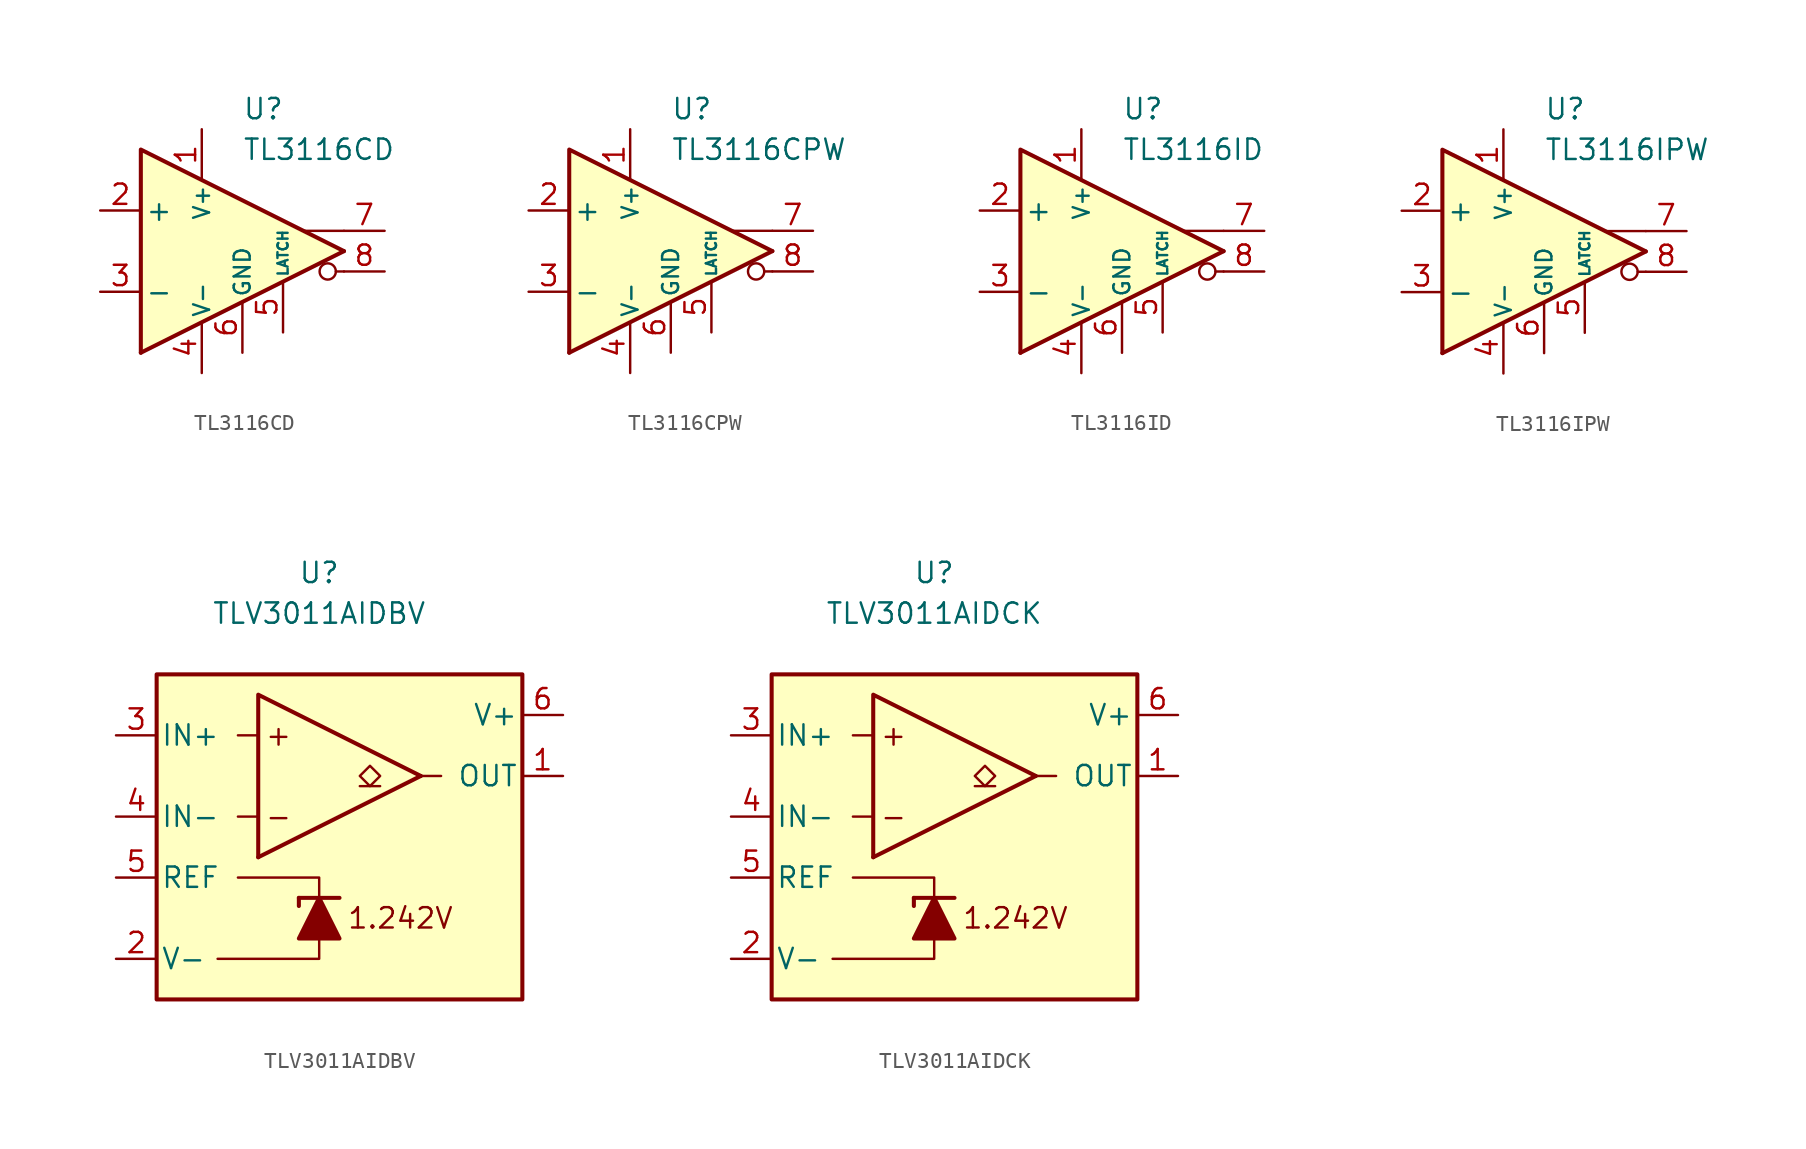
<source format=kicad_sym>
(kicad_symbol_lib
  (version 20231120)
  (generator "kicad_symbol_editor")
  (generator_version "8.0")
  (symbol "TL3116CD"
    (pin_names
      (offset 0.254))
    (property "Reference" "U"
      (at 0 8.89 0)
      (effects (font (size 1.27 1.27)) (justify left)))
    (property "Value" "TL3116CD"
      (at 0 6.35 0)
      (effects (font (size 1.27 1.27)) (justify left)))
    (symbol "TL3116CD_0_0"
      (polyline (pts (xy 6.35 -1.27) (xy 5.842 -1.27)) (stroke (width 0.152) (type default)) (fill (type none)))
      (polyline (pts (xy 6.35 0) (xy -6.35 -6.35)) (stroke (width 0.254) (type default)) (fill (type none)))
      (polyline (pts (xy 6.35 1.27) (xy 3.81 1.27)) (stroke (width 0.152) (type default)) (fill (type none)))
      (polyline (pts (xy 6.35 0) (xy -6.35 6.35) (xy -6.35 -6.35)) (stroke (width 0.254) (type default)) (fill (type background)))
      (circle (center 5.334 -1.27) (radius 0.508) (stroke (width 0.152) (type default)) (fill (type none))))
    (symbol "TL3116CD_1_1"
      (pin power_in line (at -2.54 7.62 270) (length 3.18) (name "V+" (effects (font (size 1 1)))) (number "1" (effects (font (size 1.27 1.27)))))
      (pin input line (at -8.89 2.54 0) (length 2.54) (name "+" (effects (font (size 1.27 1.27)))) (number "2" (effects (font (size 1.27 1.27)))))
      (pin input line (at -8.89 -2.54 0) (length 2.54) (name "-" (effects (font (size 1.27 1.27)))) (number "3" (effects (font (size 1.27 1.27)))))
      (pin power_in line (at -2.54 -7.62 90) (length 3.18) (name "V-" (effects (font (size 1 1)))) (number "4" (effects (font (size 1.27 1.27)))))
      (pin input line (at 2.54 -5.08 90) (length 3.18) (name "LATCH" (effects (font (size 0.635 0.635)))) (number "5" (effects (font (size 1.27 1.27)))))
      (pin power_in line (at 0 -6.35 90) (length 3.18) (name "GND" (effects (font (size 1 1)))) (number "6" (effects (font (size 1.27 1.27)))))
      (pin output line (at 8.89 1.27 180) (length 2.54) (name "~" (effects (font (size 1.27 1.27)))) (number "7" (effects (font (size 1.27 1.27)))))
      (pin output line (at 8.89 -1.27 180) (length 2.54) (name "~" (effects (font (size 1.27 1.27)))) (number "8" (effects (font (size 1.27 1.27)))))))
  (symbol "TL3116CPW"
    (pin_names
      (offset 0.254))
    (property "Reference" "U"
      (at 0 8.89 0)
      (effects (font (size 1.27 1.27)) (justify left)))
    (property "Value" "TL3116CPW"
      (at 0 6.35 0)
      (effects (font (size 1.27 1.27)) (justify left)))
    (symbol "TL3116CPW_0_0"
      (polyline (pts (xy 6.35 -1.27) (xy 5.842 -1.27)) (stroke (width 0.152) (type default)) (fill (type none)))
      (polyline (pts (xy 6.35 0) (xy -6.35 -6.35)) (stroke (width 0.254) (type default)) (fill (type none)))
      (polyline (pts (xy 6.35 1.27) (xy 3.81 1.27)) (stroke (width 0.152) (type default)) (fill (type none)))
      (polyline (pts (xy 6.35 0) (xy -6.35 6.35) (xy -6.35 -6.35)) (stroke (width 0.254) (type default)) (fill (type background)))
      (circle (center 5.334 -1.27) (radius 0.508) (stroke (width 0.152) (type default)) (fill (type none))))
    (symbol "TL3116CPW_1_1"
      (pin power_in line (at -2.54 7.62 270) (length 3.18) (name "V+" (effects (font (size 1 1)))) (number "1" (effects (font (size 1.27 1.27)))))
      (pin input line (at -8.89 2.54 0) (length 2.54) (name "+" (effects (font (size 1.27 1.27)))) (number "2" (effects (font (size 1.27 1.27)))))
      (pin input line (at -8.89 -2.54 0) (length 2.54) (name "-" (effects (font (size 1.27 1.27)))) (number "3" (effects (font (size 1.27 1.27)))))
      (pin power_in line (at -2.54 -7.62 90) (length 3.18) (name "V-" (effects (font (size 1 1)))) (number "4" (effects (font (size 1.27 1.27)))))
      (pin input line (at 2.54 -5.08 90) (length 3.18) (name "LATCH" (effects (font (size 0.635 0.635)))) (number "5" (effects (font (size 1.27 1.27)))))
      (pin power_in line (at 0 -6.35 90) (length 3.18) (name "GND" (effects (font (size 1 1)))) (number "6" (effects (font (size 1.27 1.27)))))
      (pin output line (at 8.89 1.27 180) (length 2.54) (name "~" (effects (font (size 1.27 1.27)))) (number "7" (effects (font (size 1.27 1.27)))))
      (pin output line (at 8.89 -1.27 180) (length 2.54) (name "~" (effects (font (size 1.27 1.27)))) (number "8" (effects (font (size 1.27 1.27)))))))
  (symbol "TL3116ID"
    (pin_names
      (offset 0.254))
    (property "Reference" "U"
      (at 0 8.89 0)
      (effects (font (size 1.27 1.27)) (justify left)))
    (property "Value" "TL3116ID"
      (at 0 6.35 0)
      (effects (font (size 1.27 1.27)) (justify left)))
    (symbol "TL3116ID_0_0"
      (polyline (pts (xy 6.35 -1.27) (xy 5.842 -1.27)) (stroke (width 0.152) (type default)) (fill (type none)))
      (polyline (pts (xy 6.35 0) (xy -6.35 -6.35)) (stroke (width 0.254) (type default)) (fill (type none)))
      (polyline (pts (xy 6.35 1.27) (xy 3.81 1.27)) (stroke (width 0.152) (type default)) (fill (type none)))
      (polyline (pts (xy 6.35 0) (xy -6.35 6.35) (xy -6.35 -6.35)) (stroke (width 0.254) (type default)) (fill (type background)))
      (circle (center 5.334 -1.27) (radius 0.508) (stroke (width 0.152) (type default)) (fill (type none))))
    (symbol "TL3116ID_1_1"
      (pin power_in line (at -2.54 7.62 270) (length 3.18) (name "V+" (effects (font (size 1 1)))) (number "1" (effects (font (size 1.27 1.27)))))
      (pin input line (at -8.89 2.54 0) (length 2.54) (name "+" (effects (font (size 1.27 1.27)))) (number "2" (effects (font (size 1.27 1.27)))))
      (pin input line (at -8.89 -2.54 0) (length 2.54) (name "-" (effects (font (size 1.27 1.27)))) (number "3" (effects (font (size 1.27 1.27)))))
      (pin power_in line (at -2.54 -7.62 90) (length 3.18) (name "V-" (effects (font (size 1 1)))) (number "4" (effects (font (size 1.27 1.27)))))
      (pin input line (at 2.54 -5.08 90) (length 3.18) (name "LATCH" (effects (font (size 0.635 0.635)))) (number "5" (effects (font (size 1.27 1.27)))))
      (pin power_in line (at 0 -6.35 90) (length 3.18) (name "GND" (effects (font (size 1 1)))) (number "6" (effects (font (size 1.27 1.27)))))
      (pin output line (at 8.89 1.27 180) (length 2.54) (name "~" (effects (font (size 1.27 1.27)))) (number "7" (effects (font (size 1.27 1.27)))))
      (pin output line (at 8.89 -1.27 180) (length 2.54) (name "~" (effects (font (size 1.27 1.27)))) (number "8" (effects (font (size 1.27 1.27)))))))
  (symbol "TL3116IPW"
    (pin_names
      (offset 0.254))
    (property "Reference" "U"
      (at 0 8.89 0)
      (effects (font (size 1.27 1.27)) (justify left)))
    (property "Value" "TL3116IPW"
      (at 0 6.35 0)
      (effects (font (size 1.27 1.27)) (justify left)))
    (symbol "TL3116IPW_0_0"
      (polyline (pts (xy 6.35 -1.27) (xy 5.842 -1.27)) (stroke (width 0.152) (type default)) (fill (type none)))
      (polyline (pts (xy 6.35 0) (xy -6.35 -6.35)) (stroke (width 0.254) (type default)) (fill (type none)))
      (polyline (pts (xy 6.35 1.27) (xy 3.81 1.27)) (stroke (width 0.152) (type default)) (fill (type none)))
      (polyline (pts (xy 6.35 0) (xy -6.35 6.35) (xy -6.35 -6.35)) (stroke (width 0.254) (type default)) (fill (type background)))
      (circle (center 5.334 -1.27) (radius 0.508) (stroke (width 0.152) (type default)) (fill (type none))))
    (symbol "TL3116IPW_1_1"
      (pin power_in line (at -2.54 7.62 270) (length 3.18) (name "V+" (effects (font (size 1 1)))) (number "1" (effects (font (size 1.27 1.27)))))
      (pin input line (at -8.89 2.54 0) (length 2.54) (name "+" (effects (font (size 1.27 1.27)))) (number "2" (effects (font (size 1.27 1.27)))))
      (pin input line (at -8.89 -2.54 0) (length 2.54) (name "-" (effects (font (size 1.27 1.27)))) (number "3" (effects (font (size 1.27 1.27)))))
      (pin power_in line (at -2.54 -7.62 90) (length 3.18) (name "V-" (effects (font (size 1 1)))) (number "4" (effects (font (size 1.27 1.27)))))
      (pin input line (at 2.54 -5.08 90) (length 3.18) (name "LATCH" (effects (font (size 0.635 0.635)))) (number "5" (effects (font (size 1.27 1.27)))))
      (pin power_in line (at 0 -6.35 90) (length 3.18) (name "GND" (effects (font (size 1 1)))) (number "6" (effects (font (size 1.27 1.27)))))
      (pin output line (at 8.89 1.27 180) (length 2.54) (name "~" (effects (font (size 1.27 1.27)))) (number "7" (effects (font (size 1.27 1.27)))))
      (pin output line (at 8.89 -1.27 180) (length 2.54) (name "~" (effects (font (size 1.27 1.27)))) (number "8" (effects (font (size 1.27 1.27)))))))
  (symbol "TLV3011AIDBV"
    (pin_names
      (offset 0.254))
    (property "Reference" "U"
      (at 0 16.51 0)
      (effects (font (size 1.27 1.27))))
    (property "Value" "TLV3011AIDBV"
      (at 0 13.97 0)
      (effects (font (size 1.27 1.27))))
    (symbol "TLV3011AIDBV_0_0"
      (polyline (pts (xy 6.35 3.81) (xy -3.81 -1.27)) (stroke (width 0.254) (type default)) (fill (type none)))
      (polyline (pts (xy 6.35 3.81) (xy -3.81 8.89) (xy -3.81 -1.27)) (stroke (width 0.254) (type default)) (fill (type background)))
      (text "+" (at -2.54 6.35 0) (effects (font (size 1.27 1.27))))
      (text "-" (at -2.54 1.27 0) (effects (font (size 1.27 1.27))))
      (text "1.242V" (at 5.08 -5.08 0) (effects (font (size 1.27 1.27)))))
    (symbol "TLV3011AIDBV_0_1"
      (rectangle (start -10.16 10.16) (end 12.7 -10.16) (stroke (width 0.254) (type default)) (fill (type background)))
      (polyline (pts (xy -3.81 1.27) (xy -5.08 1.27)) (stroke (width 0) (type default)) (fill (type none)))
      (polyline (pts (xy -3.81 6.35) (xy -5.08 6.35)) (stroke (width 0) (type default)) (fill (type none)))
      (polyline (pts (xy -1.27 -3.81) (xy -1.27 -4.318)) (stroke (width 0.254) (type default)) (fill (type none)))
      (polyline (pts (xy -1.27 -3.81) (xy 1.27 -3.81)) (stroke (width 0.254) (type default)) (fill (type none)))
      (polyline (pts (xy 6.35 3.81) (xy 7.62 3.81)) (stroke (width 0) (type default)) (fill (type none)))
      (polyline (pts (xy 0 -6.35) (xy 0 -7.62) (xy -6.35 -7.62)) (stroke (width 0) (type default)) (fill (type none)))
      (polyline (pts (xy 0 -3.81) (xy 0 -2.54) (xy -5.08 -2.54)) (stroke (width 0) (type default)) (fill (type none)))
      (polyline (pts (xy 1.27 -6.35) (xy -1.27 -6.35) (xy 0 -3.81) (xy 1.27 -6.35)) (stroke (width 0.254) (type default)) (fill (type outline))))
    (symbol "TLV3011AIDBV_1_1"
      (polyline (pts (xy 3.81 3.175) (xy 2.54 3.175)) (stroke (width 0.152) (type default)) (fill (type none)))
      (polyline (pts (xy 3.175 3.175) (xy 2.54 3.81) (xy 3.175 4.445) (xy 3.81 3.81) (xy 3.175 3.175)) (stroke (width 0.152) (type default)) (fill (type none)))
      (pin open_collector line (at 15.24 3.81 180) (length 2.54) (name "OUT" (effects (font (size 1.27 1.27)))) (number "1" (effects (font (size 1.27 1.27)))))
      (pin power_in line (at -12.7 -7.62 0) (length 2.54) (name "V-" (effects (font (size 1.27 1.27)))) (number "2" (effects (font (size 1.27 1.27)))))
      (pin input line (at -12.7 6.35 0) (length 2.54) (name "IN+" (effects (font (size 1.27 1.27)))) (number "3" (effects (font (size 1.27 1.27)))))
      (pin input line (at -12.7 1.27 0) (length 2.54) (name "IN-" (effects (font (size 1.27 1.27)))) (number "4" (effects (font (size 1.27 1.27)))))
      (pin output line (at -12.7 -2.54 0) (length 2.54) (name "REF" (effects (font (size 1.27 1.27)))) (number "5" (effects (font (size 1.27 1.27)))))
      (pin power_in line (at 15.24 7.62 180) (length 2.54) (name "V+" (effects (font (size 1.27 1.27)))) (number "6" (effects (font (size 1.27 1.27)))))))
  (symbol "TLV3011AIDCK"
    (pin_names
      (offset 0.254))
    (property "Reference" "U"
      (at 0 16.51 0)
      (effects (font (size 1.27 1.27))))
    (property "Value" "TLV3011AIDCK"
      (at 0 13.97 0)
      (effects (font (size 1.27 1.27))))
    (symbol "TLV3011AIDCK_0_0"
      (polyline (pts (xy 6.35 3.81) (xy -3.81 -1.27)) (stroke (width 0.254) (type default)) (fill (type none)))
      (polyline (pts (xy 6.35 3.81) (xy -3.81 8.89) (xy -3.81 -1.27)) (stroke (width 0.254) (type default)) (fill (type background)))
      (text "+" (at -2.54 6.35 0) (effects (font (size 1.27 1.27))))
      (text "-" (at -2.54 1.27 0) (effects (font (size 1.27 1.27))))
      (text "1.242V" (at 5.08 -5.08 0) (effects (font (size 1.27 1.27)))))
    (symbol "TLV3011AIDCK_0_1"
      (rectangle (start -10.16 10.16) (end 12.7 -10.16) (stroke (width 0.254) (type default)) (fill (type background)))
      (polyline (pts (xy -3.81 1.27) (xy -5.08 1.27)) (stroke (width 0) (type default)) (fill (type none)))
      (polyline (pts (xy -3.81 6.35) (xy -5.08 6.35)) (stroke (width 0) (type default)) (fill (type none)))
      (polyline (pts (xy -1.27 -3.81) (xy -1.27 -4.318)) (stroke (width 0.254) (type default)) (fill (type none)))
      (polyline (pts (xy -1.27 -3.81) (xy 1.27 -3.81)) (stroke (width 0.254) (type default)) (fill (type none)))
      (polyline (pts (xy 6.35 3.81) (xy 7.62 3.81)) (stroke (width 0) (type default)) (fill (type none)))
      (polyline (pts (xy 0 -6.35) (xy 0 -7.62) (xy -6.35 -7.62)) (stroke (width 0) (type default)) (fill (type none)))
      (polyline (pts (xy 0 -3.81) (xy 0 -2.54) (xy -5.08 -2.54)) (stroke (width 0) (type default)) (fill (type none)))
      (polyline (pts (xy 1.27 -6.35) (xy -1.27 -6.35) (xy 0 -3.81) (xy 1.27 -6.35)) (stroke (width 0.254) (type default)) (fill (type outline))))
    (symbol "TLV3011AIDCK_1_1"
      (polyline (pts (xy 3.81 3.175) (xy 2.54 3.175)) (stroke (width 0.152) (type default)) (fill (type none)))
      (polyline (pts (xy 3.175 3.175) (xy 2.54 3.81) (xy 3.175 4.445) (xy 3.81 3.81) (xy 3.175 3.175)) (stroke (width 0.152) (type default)) (fill (type none)))
      (pin open_collector line (at 15.24 3.81 180) (length 2.54) (name "OUT" (effects (font (size 1.27 1.27)))) (number "1" (effects (font (size 1.27 1.27)))))
      (pin power_in line (at -12.7 -7.62 0) (length 2.54) (name "V-" (effects (font (size 1.27 1.27)))) (number "2" (effects (font (size 1.27 1.27)))))
      (pin input line (at -12.7 6.35 0) (length 2.54) (name "IN+" (effects (font (size 1.27 1.27)))) (number "3" (effects (font (size 1.27 1.27)))))
      (pin input line (at -12.7 1.27 0) (length 2.54) (name "IN-" (effects (font (size 1.27 1.27)))) (number "4" (effects (font (size 1.27 1.27)))))
      (pin output line (at -12.7 -2.54 0) (length 2.54) (name "REF" (effects (font (size 1.27 1.27)))) (number "5" (effects (font (size 1.27 1.27)))))
      (pin power_in line (at 15.24 7.62 180) (length 2.54) (name "V+" (effects (font (size 1.27 1.27)))) (number "6" (effects (font (size 1.27 1.27))))))))
</source>
